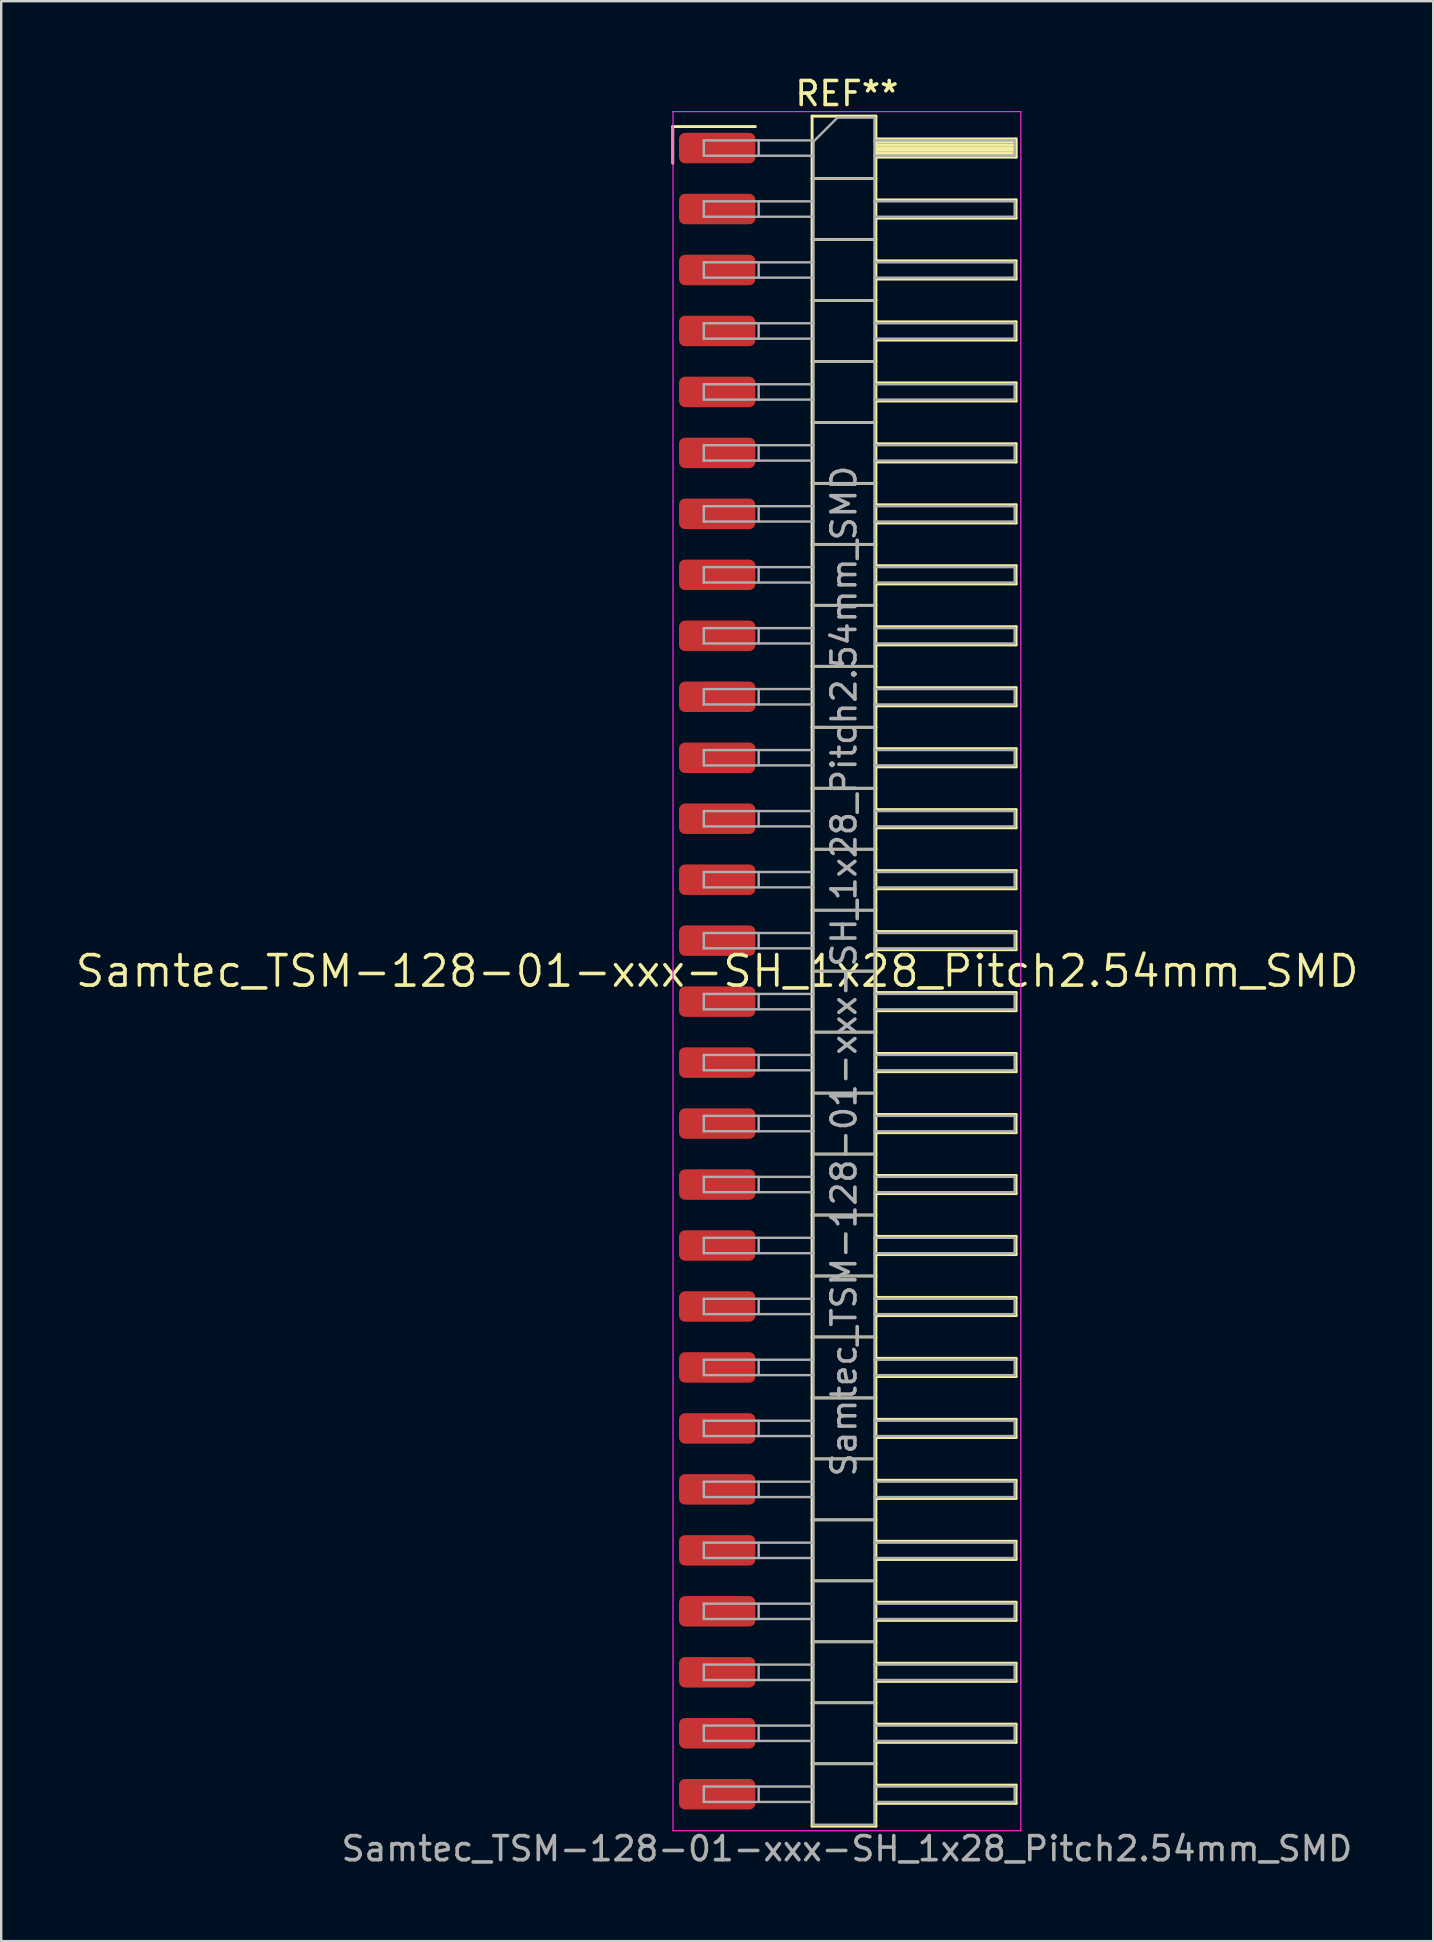
<source format=kicad_pcb>
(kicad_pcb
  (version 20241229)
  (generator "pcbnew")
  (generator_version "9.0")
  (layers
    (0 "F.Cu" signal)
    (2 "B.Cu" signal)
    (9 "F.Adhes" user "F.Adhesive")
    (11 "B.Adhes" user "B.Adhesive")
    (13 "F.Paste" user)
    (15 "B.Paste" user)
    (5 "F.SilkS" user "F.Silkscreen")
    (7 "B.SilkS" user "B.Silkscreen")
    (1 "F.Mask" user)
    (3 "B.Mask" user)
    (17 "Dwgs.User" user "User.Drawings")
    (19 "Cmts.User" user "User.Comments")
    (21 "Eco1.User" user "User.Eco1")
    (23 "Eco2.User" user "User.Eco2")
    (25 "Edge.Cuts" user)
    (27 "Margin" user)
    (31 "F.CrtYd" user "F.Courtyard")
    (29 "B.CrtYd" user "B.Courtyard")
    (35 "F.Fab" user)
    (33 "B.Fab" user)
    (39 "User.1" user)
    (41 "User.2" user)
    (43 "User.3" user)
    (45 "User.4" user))
  (footprint "Samtec_TSM-128-01-xxx-SH_1x28_Pitch2.54mm_SMD"
    (layer "F.Cu")
    (at 26.828 37.408)
    (property "Reference" "Samtec_TSM-128-01-xxx-SH_1x28_Pitch2.54mm_SMD" (at 0 0 0) (layer "F.SilkS") (effects (font (size 1.27 1.27) (thickness 0.15))))
    (attr smd)
    (fp_line (start -1.85 -35.185) (end 1.59 -35.185) (stroke (width 0.12) (type solid)) (layer "F.SilkS"))
    (fp_line (start -1.85 -33.655) (end -1.85 -35.185) (stroke (width 0.12) (type solid)) (layer "F.SilkS"))
    (fp_line (start 3.953 -35.62) (end 6.613 -35.62) (stroke (width 0.12) (type solid)) (layer "F.SilkS"))
    (fp_line (start 3.953 -33.02) (end 6.613 -33.02) (stroke (width 0.12) (type solid)) (layer "F.SilkS"))
    (fp_line (start 3.953 -30.48) (end 6.613 -30.48) (stroke (width 0.12) (type solid)) (layer "F.SilkS"))
    (fp_line (start 3.953 -27.94) (end 6.613 -27.94) (stroke (width 0.12) (type solid)) (layer "F.SilkS"))
    (fp_line (start 3.953 -25.4) (end 6.613 -25.4) (stroke (width 0.12) (type solid)) (layer "F.SilkS"))
    (fp_line (start 3.953 -22.86) (end 6.613 -22.86) (stroke (width 0.12) (type solid)) (layer "F.SilkS"))
    (fp_line (start 3.953 -20.32) (end 6.613 -20.32) (stroke (width 0.12) (type solid)) (layer "F.SilkS"))
    (fp_line (start 3.953 -17.78) (end 6.613 -17.78) (stroke (width 0.12) (type solid)) (layer "F.SilkS"))
    (fp_line (start 3.953 -15.24) (end 6.613 -15.24) (stroke (width 0.12) (type solid)) (layer "F.SilkS"))
    (fp_line (start 3.953 -12.7) (end 6.613 -12.7) (stroke (width 0.12) (type solid)) (layer "F.SilkS"))
    (fp_line (start 3.953 -10.16) (end 6.613 -10.16) (stroke (width 0.12) (type solid)) (layer "F.SilkS"))
    (fp_line (start 3.953 -7.62) (end 6.613 -7.62) (stroke (width 0.12) (type solid)) (layer "F.SilkS"))
    (fp_line (start 3.953 -5.08) (end 6.613 -5.08) (stroke (width 0.12) (type solid)) (layer "F.SilkS"))
    (fp_line (start 3.953 -2.54) (end 6.613 -2.54) (stroke (width 0.12) (type solid)) (layer "F.SilkS"))
    (fp_line (start 3.953 0) (end 6.613 0) (stroke (width 0.12) (type solid)) (layer "F.SilkS"))
    (fp_line (start 3.953 2.54) (end 6.613 2.54) (stroke (width 0.12) (type solid)) (layer "F.SilkS"))
    (fp_line (start 3.953 5.08) (end 6.613 5.08) (stroke (width 0.12) (type solid)) (layer "F.SilkS"))
    (fp_line (start 3.953 7.62) (end 6.613 7.62) (stroke (width 0.12) (type solid)) (layer "F.SilkS"))
    (fp_line (start 3.953 10.16) (end 6.613 10.16) (stroke (width 0.12) (type solid)) (layer "F.SilkS"))
    (fp_line (start 3.953 12.7) (end 6.613 12.7) (stroke (width 0.12) (type solid)) (layer "F.SilkS"))
    (fp_line (start 3.953 15.24) (end 6.613 15.24) (stroke (width 0.12) (type solid)) (layer "F.SilkS"))
    (fp_line (start 3.953 17.78) (end 6.613 17.78) (stroke (width 0.12) (type solid)) (layer "F.SilkS"))
    (fp_line (start 3.953 20.32) (end 6.613 20.32) (stroke (width 0.12) (type solid)) (layer "F.SilkS"))
    (fp_line (start 3.953 22.86) (end 6.613 22.86) (stroke (width 0.12) (type solid)) (layer "F.SilkS"))
    (fp_line (start 3.953 25.4) (end 6.613 25.4) (stroke (width 0.12) (type solid)) (layer "F.SilkS"))
    (fp_line (start 3.953 27.94) (end 6.613 27.94) (stroke (width 0.12) (type solid)) (layer "F.SilkS"))
    (fp_line (start 3.953 30.48) (end 6.613 30.48) (stroke (width 0.12) (type solid)) (layer "F.SilkS"))
    (fp_line (start 3.953 33.02) (end 6.613 33.02) (stroke (width 0.12) (type solid)) (layer "F.SilkS"))
    (fp_line (start 3.953 35.62) (end 3.953 -35.62) (stroke (width 0.12) (type solid)) (layer "F.SilkS"))
    (fp_line (start 6.613 -35.62) (end 6.613 35.62) (stroke (width 0.12) (type solid)) (layer "F.SilkS"))
    (fp_line (start 6.613 -34.67) (end 12.453 -34.67) (stroke (width 0.12) (type solid)) (layer "F.SilkS"))
    (fp_line (start 6.613 -34.55) (end 12.453 -34.55) (stroke (width 0.12) (type solid)) (layer "F.SilkS"))
    (fp_line (start 6.613 -34.43) (end 12.453 -34.43) (stroke (width 0.12) (type solid)) (layer "F.SilkS"))
    (fp_line (start 6.613 -34.31) (end 12.453 -34.31) (stroke (width 0.12) (type solid)) (layer "F.SilkS"))
    (fp_line (start 6.613 -34.19) (end 12.453 -34.19) (stroke (width 0.12) (type solid)) (layer "F.SilkS"))
    (fp_line (start 6.613 -34.07) (end 12.453 -34.07) (stroke (width 0.12) (type solid)) (layer "F.SilkS"))
    (fp_line (start 6.613 -33.95) (end 12.453 -33.95) (stroke (width 0.12) (type solid)) (layer "F.SilkS"))
    (fp_line (start 6.613 -33.91) (end 12.453 -33.91) (stroke (width 0.12) (type solid)) (layer "F.SilkS"))
    (fp_line (start 6.613 -32.13) (end 12.453 -32.13) (stroke (width 0.12) (type solid)) (layer "F.SilkS"))
    (fp_line (start 6.613 -31.37) (end 12.453 -31.37) (stroke (width 0.12) (type solid)) (layer "F.SilkS"))
    (fp_line (start 6.613 -29.59) (end 12.453 -29.59) (stroke (width 0.12) (type solid)) (layer "F.SilkS"))
    (fp_line (start 6.613 -28.83) (end 12.453 -28.83) (stroke (width 0.12) (type solid)) (layer "F.SilkS"))
    (fp_line (start 6.613 -27.05) (end 12.453 -27.05) (stroke (width 0.12) (type solid)) (layer "F.SilkS"))
    (fp_line (start 6.613 -26.29) (end 12.453 -26.29) (stroke (width 0.12) (type solid)) (layer "F.SilkS"))
    (fp_line (start 6.613 -24.51) (end 12.453 -24.51) (stroke (width 0.12) (type solid)) (layer "F.SilkS"))
    (fp_line (start 6.613 -23.75) (end 12.453 -23.75) (stroke (width 0.12) (type solid)) (layer "F.SilkS"))
    (fp_line (start 6.613 -21.97) (end 12.453 -21.97) (stroke (width 0.12) (type solid)) (layer "F.SilkS"))
    (fp_line (start 6.613 -21.21) (end 12.453 -21.21) (stroke (width 0.12) (type solid)) (layer "F.SilkS"))
    (fp_line (start 6.613 -19.43) (end 12.453 -19.43) (stroke (width 0.12) (type solid)) (layer "F.SilkS"))
    (fp_line (start 6.613 -18.67) (end 12.453 -18.67) (stroke (width 0.12) (type solid)) (layer "F.SilkS"))
    (fp_line (start 6.613 -16.89) (end 12.453 -16.89) (stroke (width 0.12) (type solid)) (layer "F.SilkS"))
    (fp_line (start 6.613 -16.13) (end 12.453 -16.13) (stroke (width 0.12) (type solid)) (layer "F.SilkS"))
    (fp_line (start 6.613 -14.35) (end 12.453 -14.35) (stroke (width 0.12) (type solid)) (layer "F.SilkS"))
    (fp_line (start 6.613 -13.59) (end 12.453 -13.59) (stroke (width 0.12) (type solid)) (layer "F.SilkS"))
    (fp_line (start 6.613 -11.81) (end 12.453 -11.81) (stroke (width 0.12) (type solid)) (layer "F.SilkS"))
    (fp_line (start 6.613 -11.05) (end 12.453 -11.05) (stroke (width 0.12) (type solid)) (layer "F.SilkS"))
    (fp_line (start 6.613 -9.27) (end 12.453 -9.27) (stroke (width 0.12) (type solid)) (layer "F.SilkS"))
    (fp_line (start 6.613 -8.51) (end 12.453 -8.51) (stroke (width 0.12) (type solid)) (layer "F.SilkS"))
    (fp_line (start 6.613 -6.73) (end 12.453 -6.73) (stroke (width 0.12) (type solid)) (layer "F.SilkS"))
    (fp_line (start 6.613 -5.97) (end 12.453 -5.97) (stroke (width 0.12) (type solid)) (layer "F.SilkS"))
    (fp_line (start 6.613 -4.19) (end 12.453 -4.19) (stroke (width 0.12) (type solid)) (layer "F.SilkS"))
    (fp_line (start 6.613 -3.43) (end 12.453 -3.43) (stroke (width 0.12) (type solid)) (layer "F.SilkS"))
    (fp_line (start 6.613 -1.65) (end 12.453 -1.65) (stroke (width 0.12) (type solid)) (layer "F.SilkS"))
    (fp_line (start 6.613 -0.89) (end 12.453 -0.89) (stroke (width 0.12) (type solid)) (layer "F.SilkS"))
    (fp_line (start 6.613 0.89) (end 12.453 0.89) (stroke (width 0.12) (type solid)) (layer "F.SilkS"))
    (fp_line (start 6.613 1.65) (end 12.453 1.65) (stroke (width 0.12) (type solid)) (layer "F.SilkS"))
    (fp_line (start 6.613 3.43) (end 12.453 3.43) (stroke (width 0.12) (type solid)) (layer "F.SilkS"))
    (fp_line (start 6.613 4.19) (end 12.453 4.19) (stroke (width 0.12) (type solid)) (layer "F.SilkS"))
    (fp_line (start 6.613 5.97) (end 12.453 5.97) (stroke (width 0.12) (type solid)) (layer "F.SilkS"))
    (fp_line (start 6.613 6.73) (end 12.453 6.73) (stroke (width 0.12) (type solid)) (layer "F.SilkS"))
    (fp_line (start 6.613 8.51) (end 12.453 8.51) (stroke (width 0.12) (type solid)) (layer "F.SilkS"))
    (fp_line (start 6.613 9.27) (end 12.453 9.27) (stroke (width 0.12) (type solid)) (layer "F.SilkS"))
    (fp_line (start 6.613 11.05) (end 12.453 11.05) (stroke (width 0.12) (type solid)) (layer "F.SilkS"))
    (fp_line (start 6.613 11.81) (end 12.453 11.81) (stroke (width 0.12) (type solid)) (layer "F.SilkS"))
    (fp_line (start 6.613 13.59) (end 12.453 13.59) (stroke (width 0.12) (type solid)) (layer "F.SilkS"))
    (fp_line (start 6.613 14.35) (end 12.453 14.35) (stroke (width 0.12) (type solid)) (layer "F.SilkS"))
    (fp_line (start 6.613 16.13) (end 12.453 16.13) (stroke (width 0.12) (type solid)) (layer "F.SilkS"))
    (fp_line (start 6.613 16.89) (end 12.453 16.89) (stroke (width 0.12) (type solid)) (layer "F.SilkS"))
    (fp_line (start 6.613 18.67) (end 12.453 18.67) (stroke (width 0.12) (type solid)) (layer "F.SilkS"))
    (fp_line (start 6.613 19.43) (end 12.453 19.43) (stroke (width 0.12) (type solid)) (layer "F.SilkS"))
    (fp_line (start 6.613 21.21) (end 12.453 21.21) (stroke (width 0.12) (type solid)) (layer "F.SilkS"))
    (fp_line (start 6.613 21.97) (end 12.453 21.97) (stroke (width 0.12) (type solid)) (layer "F.SilkS"))
    (fp_line (start 6.613 23.75) (end 12.453 23.75) (stroke (width 0.12) (type solid)) (layer "F.SilkS"))
    (fp_line (start 6.613 24.51) (end 12.453 24.51) (stroke (width 0.12) (type solid)) (layer "F.SilkS"))
    (fp_line (start 6.613 26.29) (end 12.453 26.29) (stroke (width 0.12) (type solid)) (layer "F.SilkS"))
    (fp_line (start 6.613 27.05) (end 12.453 27.05) (stroke (width 0.12) (type solid)) (layer "F.SilkS"))
    (fp_line (start 6.613 28.83) (end 12.453 28.83) (stroke (width 0.12) (type solid)) (layer "F.SilkS"))
    (fp_line (start 6.613 29.59) (end 12.453 29.59) (stroke (width 0.12) (type solid)) (layer "F.SilkS"))
    (fp_line (start 6.613 31.37) (end 12.453 31.37) (stroke (width 0.12) (type solid)) (layer "F.SilkS"))
    (fp_line (start 6.613 32.13) (end 12.453 32.13) (stroke (width 0.12) (type solid)) (layer "F.SilkS"))
    (fp_line (start 6.613 33.91) (end 12.453 33.91) (stroke (width 0.12) (type solid)) (layer "F.SilkS"))
    (fp_line (start 6.613 34.67) (end 12.453 34.67) (stroke (width 0.12) (type solid)) (layer "F.SilkS"))
    (fp_line (start 6.613 35.62) (end 3.953 35.62) (stroke (width 0.12) (type solid)) (layer "F.SilkS"))
    (fp_line (start 12.453 -34.67) (end 12.453 -33.91) (stroke (width 0.12) (type solid)) (layer "F.SilkS"))
    (fp_line (start 12.453 -32.13) (end 12.453 -31.37) (stroke (width 0.12) (type solid)) (layer "F.SilkS"))
    (fp_line (start 12.453 -29.59) (end 12.453 -28.83) (stroke (width 0.12) (type solid)) (layer "F.SilkS"))
    (fp_line (start 12.453 -27.05) (end 12.453 -26.29) (stroke (width 0.12) (type solid)) (layer "F.SilkS"))
    (fp_line (start 12.453 -24.51) (end 12.453 -23.75) (stroke (width 0.12) (type solid)) (layer "F.SilkS"))
    (fp_line (start 12.453 -21.97) (end 12.453 -21.21) (stroke (width 0.12) (type solid)) (layer "F.SilkS"))
    (fp_line (start 12.453 -19.43) (end 12.453 -18.67) (stroke (width 0.12) (type solid)) (layer "F.SilkS"))
    (fp_line (start 12.453 -16.89) (end 12.453 -16.13) (stroke (width 0.12) (type solid)) (layer "F.SilkS"))
    (fp_line (start 12.453 -14.35) (end 12.453 -13.59) (stroke (width 0.12) (type solid)) (layer "F.SilkS"))
    (fp_line (start 12.453 -11.81) (end 12.453 -11.05) (stroke (width 0.12) (type solid)) (layer "F.SilkS"))
    (fp_line (start 12.453 -9.27) (end 12.453 -8.51) (stroke (width 0.12) (type solid)) (layer "F.SilkS"))
    (fp_line (start 12.453 -6.73) (end 12.453 -5.97) (stroke (width 0.12) (type solid)) (layer "F.SilkS"))
    (fp_line (start 12.453 -4.19) (end 12.453 -3.43) (stroke (width 0.12) (type solid)) (layer "F.SilkS"))
    (fp_line (start 12.453 -1.65) (end 12.453 -0.89) (stroke (width 0.12) (type solid)) (layer "F.SilkS"))
    (fp_line (start 12.453 0.89) (end 12.453 1.65) (stroke (width 0.12) (type solid)) (layer "F.SilkS"))
    (fp_line (start 12.453 3.43) (end 12.453 4.19) (stroke (width 0.12) (type solid)) (layer "F.SilkS"))
    (fp_line (start 12.453 5.97) (end 12.453 6.73) (stroke (width 0.12) (type solid)) (layer "F.SilkS"))
    (fp_line (start 12.453 8.51) (end 12.453 9.27) (stroke (width 0.12) (type solid)) (layer "F.SilkS"))
    (fp_line (start 12.453 11.05) (end 12.453 11.81) (stroke (width 0.12) (type solid)) (layer "F.SilkS"))
    (fp_line (start 12.453 13.59) (end 12.453 14.35) (stroke (width 0.12) (type solid)) (layer "F.SilkS"))
    (fp_line (start 12.453 16.13) (end 12.453 16.89) (stroke (width 0.12) (type solid)) (layer "F.SilkS"))
    (fp_line (start 12.453 18.67) (end 12.453 19.43) (stroke (width 0.12) (type solid)) (layer "F.SilkS"))
    (fp_line (start 12.453 21.21) (end 12.453 21.97) (stroke (width 0.12) (type solid)) (layer "F.SilkS"))
    (fp_line (start 12.453 23.75) (end 12.453 24.51) (stroke (width 0.12) (type solid)) (layer "F.SilkS"))
    (fp_line (start 12.453 26.29) (end 12.453 27.05) (stroke (width 0.12) (type solid)) (layer "F.SilkS"))
    (fp_line (start 12.453 28.83) (end 12.453 29.59) (stroke (width 0.12) (type solid)) (layer "F.SilkS"))
    (fp_line (start 12.453 31.37) (end 12.453 32.13) (stroke (width 0.12) (type solid)) (layer "F.SilkS"))
    (fp_line (start 12.453 33.91) (end 12.453 34.67) (stroke (width 0.12) (type solid)) (layer "F.SilkS"))
    (fp_line (start -1.84 -35.81) (end 12.65 -35.81) (stroke (width 0.05) (type solid)) (layer "F.CrtYd"))
    (fp_line (start -1.84 35.81) (end -1.84 -35.81) (stroke (width 0.05) (type solid)) (layer "F.CrtYd"))
    (fp_line (start 12.65 -35.81) (end 12.65 35.81) (stroke (width 0.05) (type solid)) (layer "F.CrtYd"))
    (fp_line (start 12.65 35.81) (end -1.84 35.81) (stroke (width 0.05) (type solid)) (layer "F.CrtYd"))
    (fp_line (start -0.557 -34.61) (end -0.557 -33.97) (stroke (width 0.1) (type solid)) (layer "F.Fab"))
    (fp_line (start -0.557 -34.61) (end 4.013 -34.61) (stroke (width 0.1) (type solid)) (layer "F.Fab"))
    (fp_line (start -0.557 -33.97) (end 4.013 -33.97) (stroke (width 0.1) (type solid)) (layer "F.Fab"))
    (fp_line (start -0.557 -32.07) (end -0.557 -31.43) (stroke (width 0.1) (type solid)) (layer "F.Fab"))
    (fp_line (start -0.557 -32.07) (end 4.013 -32.07) (stroke (width 0.1) (type solid)) (layer "F.Fab"))
    (fp_line (start -0.557 -31.43) (end 4.013 -31.43) (stroke (width 0.1) (type solid)) (layer "F.Fab"))
    (fp_line (start -0.557 -29.53) (end -0.557 -28.89) (stroke (width 0.1) (type solid)) (layer "F.Fab"))
    (fp_line (start -0.557 -29.53) (end 4.013 -29.53) (stroke (width 0.1) (type solid)) (layer "F.Fab"))
    (fp_line (start -0.557 -28.89) (end 4.013 -28.89) (stroke (width 0.1) (type solid)) (layer "F.Fab"))
    (fp_line (start -0.557 -26.99) (end -0.557 -26.35) (stroke (width 0.1) (type solid)) (layer "F.Fab"))
    (fp_line (start -0.557 -26.99) (end 4.013 -26.99) (stroke (width 0.1) (type solid)) (layer "F.Fab"))
    (fp_line (start -0.557 -26.35) (end 4.013 -26.35) (stroke (width 0.1) (type solid)) (layer "F.Fab"))
    (fp_line (start -0.557 -24.45) (end -0.557 -23.81) (stroke (width 0.1) (type solid)) (layer "F.Fab"))
    (fp_line (start -0.557 -24.45) (end 4.013 -24.45) (stroke (width 0.1) (type solid)) (layer "F.Fab"))
    (fp_line (start -0.557 -23.81) (end 4.013 -23.81) (stroke (width 0.1) (type solid)) (layer "F.Fab"))
    (fp_line (start -0.557 -21.91) (end -0.557 -21.27) (stroke (width 0.1) (type solid)) (layer "F.Fab"))
    (fp_line (start -0.557 -21.91) (end 4.013 -21.91) (stroke (width 0.1) (type solid)) (layer "F.Fab"))
    (fp_line (start -0.557 -21.27) (end 4.013 -21.27) (stroke (width 0.1) (type solid)) (layer "F.Fab"))
    (fp_line (start -0.557 -19.37) (end -0.557 -18.73) (stroke (width 0.1) (type solid)) (layer "F.Fab"))
    (fp_line (start -0.557 -19.37) (end 4.013 -19.37) (stroke (width 0.1) (type solid)) (layer "F.Fab"))
    (fp_line (start -0.557 -18.73) (end 4.013 -18.73) (stroke (width 0.1) (type solid)) (layer "F.Fab"))
    (fp_line (start -0.557 -16.83) (end -0.557 -16.19) (stroke (width 0.1) (type solid)) (layer "F.Fab"))
    (fp_line (start -0.557 -16.83) (end 4.013 -16.83) (stroke (width 0.1) (type solid)) (layer "F.Fab"))
    (fp_line (start -0.557 -16.19) (end 4.013 -16.19) (stroke (width 0.1) (type solid)) (layer "F.Fab"))
    (fp_line (start -0.557 -14.29) (end -0.557 -13.65) (stroke (width 0.1) (type solid)) (layer "F.Fab"))
    (fp_line (start -0.557 -14.29) (end 4.013 -14.29) (stroke (width 0.1) (type solid)) (layer "F.Fab"))
    (fp_line (start -0.557 -13.65) (end 4.013 -13.65) (stroke (width 0.1) (type solid)) (layer "F.Fab"))
    (fp_line (start -0.557 -11.75) (end -0.557 -11.11) (stroke (width 0.1) (type solid)) (layer "F.Fab"))
    (fp_line (start -0.557 -11.75) (end 4.013 -11.75) (stroke (width 0.1) (type solid)) (layer "F.Fab"))
    (fp_line (start -0.557 -11.11) (end 4.013 -11.11) (stroke (width 0.1) (type solid)) (layer "F.Fab"))
    (fp_line (start -0.557 -9.21) (end -0.557 -8.57) (stroke (width 0.1) (type solid)) (layer "F.Fab"))
    (fp_line (start -0.557 -9.21) (end 4.013 -9.21) (stroke (width 0.1) (type solid)) (layer "F.Fab"))
    (fp_line (start -0.557 -8.57) (end 4.013 -8.57) (stroke (width 0.1) (type solid)) (layer "F.Fab"))
    (fp_line (start -0.557 -6.67) (end -0.557 -6.03) (stroke (width 0.1) (type solid)) (layer "F.Fab"))
    (fp_line (start -0.557 -6.67) (end 4.013 -6.67) (stroke (width 0.1) (type solid)) (layer "F.Fab"))
    (fp_line (start -0.557 -6.03) (end 4.013 -6.03) (stroke (width 0.1) (type solid)) (layer "F.Fab"))
    (fp_line (start -0.557 -4.13) (end -0.557 -3.49) (stroke (width 0.1) (type solid)) (layer "F.Fab"))
    (fp_line (start -0.557 -4.13) (end 4.013 -4.13) (stroke (width 0.1) (type solid)) (layer "F.Fab"))
    (fp_line (start -0.557 -3.49) (end 4.013 -3.49) (stroke (width 0.1) (type solid)) (layer "F.Fab"))
    (fp_line (start -0.557 -1.59) (end -0.557 -0.95) (stroke (width 0.1) (type solid)) (layer "F.Fab"))
    (fp_line (start -0.557 -1.59) (end 4.013 -1.59) (stroke (width 0.1) (type solid)) (layer "F.Fab"))
    (fp_line (start -0.557 -0.95) (end 4.013 -0.95) (stroke (width 0.1) (type solid)) (layer "F.Fab"))
    (fp_line (start -0.557 0.95) (end -0.557 1.59) (stroke (width 0.1) (type solid)) (layer "F.Fab"))
    (fp_line (start -0.557 0.95) (end 4.013 0.95) (stroke (width 0.1) (type solid)) (layer "F.Fab"))
    (fp_line (start -0.557 1.59) (end 4.013 1.59) (stroke (width 0.1) (type solid)) (layer "F.Fab"))
    (fp_line (start -0.557 3.49) (end -0.557 4.13) (stroke (width 0.1) (type solid)) (layer "F.Fab"))
    (fp_line (start -0.557 3.49) (end 4.013 3.49) (stroke (width 0.1) (type solid)) (layer "F.Fab"))
    (fp_line (start -0.557 4.13) (end 4.013 4.13) (stroke (width 0.1) (type solid)) (layer "F.Fab"))
    (fp_line (start -0.557 6.03) (end -0.557 6.67) (stroke (width 0.1) (type solid)) (layer "F.Fab"))
    (fp_line (start -0.557 6.03) (end 4.013 6.03) (stroke (width 0.1) (type solid)) (layer "F.Fab"))
    (fp_line (start -0.557 6.67) (end 4.013 6.67) (stroke (width 0.1) (type solid)) (layer "F.Fab"))
    (fp_line (start -0.557 8.57) (end -0.557 9.21) (stroke (width 0.1) (type solid)) (layer "F.Fab"))
    (fp_line (start -0.557 8.57) (end 4.013 8.57) (stroke (width 0.1) (type solid)) (layer "F.Fab"))
    (fp_line (start -0.557 9.21) (end 4.013 9.21) (stroke (width 0.1) (type solid)) (layer "F.Fab"))
    (fp_line (start -0.557 11.11) (end -0.557 11.75) (stroke (width 0.1) (type solid)) (layer "F.Fab"))
    (fp_line (start -0.557 11.11) (end 4.013 11.11) (stroke (width 0.1) (type solid)) (layer "F.Fab"))
    (fp_line (start -0.557 11.75) (end 4.013 11.75) (stroke (width 0.1) (type solid)) (layer "F.Fab"))
    (fp_line (start -0.557 13.65) (end -0.557 14.29) (stroke (width 0.1) (type solid)) (layer "F.Fab"))
    (fp_line (start -0.557 13.65) (end 4.013 13.65) (stroke (width 0.1) (type solid)) (layer "F.Fab"))
    (fp_line (start -0.557 14.29) (end 4.013 14.29) (stroke (width 0.1) (type solid)) (layer "F.Fab"))
    (fp_line (start -0.557 16.19) (end -0.557 16.83) (stroke (width 0.1) (type solid)) (layer "F.Fab"))
    (fp_line (start -0.557 16.19) (end 4.013 16.19) (stroke (width 0.1) (type solid)) (layer "F.Fab"))
    (fp_line (start -0.557 16.83) (end 4.013 16.83) (stroke (width 0.1) (type solid)) (layer "F.Fab"))
    (fp_line (start -0.557 18.73) (end -0.557 19.37) (stroke (width 0.1) (type solid)) (layer "F.Fab"))
    (fp_line (start -0.557 18.73) (end 4.013 18.73) (stroke (width 0.1) (type solid)) (layer "F.Fab"))
    (fp_line (start -0.557 19.37) (end 4.013 19.37) (stroke (width 0.1) (type solid)) (layer "F.Fab"))
    (fp_line (start -0.557 21.27) (end -0.557 21.91) (stroke (width 0.1) (type solid)) (layer "F.Fab"))
    (fp_line (start -0.557 21.27) (end 4.013 21.27) (stroke (width 0.1) (type solid)) (layer "F.Fab"))
    (fp_line (start -0.557 21.91) (end 4.013 21.91) (stroke (width 0.1) (type solid)) (layer "F.Fab"))
    (fp_line (start -0.557 23.81) (end -0.557 24.45) (stroke (width 0.1) (type solid)) (layer "F.Fab"))
    (fp_line (start -0.557 23.81) (end 4.013 23.81) (stroke (width 0.1) (type solid)) (layer "F.Fab"))
    (fp_line (start -0.557 24.45) (end 4.013 24.45) (stroke (width 0.1) (type solid)) (layer "F.Fab"))
    (fp_line (start -0.557 26.35) (end -0.557 26.99) (stroke (width 0.1) (type solid)) (layer "F.Fab"))
    (fp_line (start -0.557 26.35) (end 4.013 26.35) (stroke (width 0.1) (type solid)) (layer "F.Fab"))
    (fp_line (start -0.557 26.99) (end 4.013 26.99) (stroke (width 0.1) (type solid)) (layer "F.Fab"))
    (fp_line (start -0.557 28.89) (end -0.557 29.53) (stroke (width 0.1) (type solid)) (layer "F.Fab"))
    (fp_line (start -0.557 28.89) (end 4.013 28.89) (stroke (width 0.1) (type solid)) (layer "F.Fab"))
    (fp_line (start -0.557 29.53) (end 4.013 29.53) (stroke (width 0.1) (type solid)) (layer "F.Fab"))
    (fp_line (start -0.557 31.43) (end -0.557 32.07) (stroke (width 0.1) (type solid)) (layer "F.Fab"))
    (fp_line (start -0.557 31.43) (end 4.013 31.43) (stroke (width 0.1) (type solid)) (layer "F.Fab"))
    (fp_line (start -0.557 32.07) (end 4.013 32.07) (stroke (width 0.1) (type solid)) (layer "F.Fab"))
    (fp_line (start -0.557 33.97) (end -0.557 34.61) (stroke (width 0.1) (type solid)) (layer "F.Fab"))
    (fp_line (start -0.557 33.97) (end 4.013 33.97) (stroke (width 0.1) (type solid)) (layer "F.Fab"))
    (fp_line (start -0.557 34.61) (end 4.013 34.61) (stroke (width 0.1) (type solid)) (layer "F.Fab"))
    (fp_line (start 1.728 -34.61) (end 1.728 -33.97) (stroke (width 0.1) (type solid)) (layer "F.Fab"))
    (fp_line (start 1.728 -32.07) (end 1.728 -31.43) (stroke (width 0.1) (type solid)) (layer "F.Fab"))
    (fp_line (start 1.728 -29.53) (end 1.728 -28.89) (stroke (width 0.1) (type solid)) (layer "F.Fab"))
    (fp_line (start 1.728 -26.99) (end 1.728 -26.35) (stroke (width 0.1) (type solid)) (layer "F.Fab"))
    (fp_line (start 1.728 -24.45) (end 1.728 -23.81) (stroke (width 0.1) (type solid)) (layer "F.Fab"))
    (fp_line (start 1.728 -21.91) (end 1.728 -21.27) (stroke (width 0.1) (type solid)) (layer "F.Fab"))
    (fp_line (start 1.728 -19.37) (end 1.728 -18.73) (stroke (width 0.1) (type solid)) (layer "F.Fab"))
    (fp_line (start 1.728 -16.83) (end 1.728 -16.19) (stroke (width 0.1) (type solid)) (layer "F.Fab"))
    (fp_line (start 1.728 -14.29) (end 1.728 -13.65) (stroke (width 0.1) (type solid)) (layer "F.Fab"))
    (fp_line (start 1.728 -11.75) (end 1.728 -11.11) (stroke (width 0.1) (type solid)) (layer "F.Fab"))
    (fp_line (start 1.728 -9.21) (end 1.728 -8.57) (stroke (width 0.1) (type solid)) (layer "F.Fab"))
    (fp_line (start 1.728 -6.67) (end 1.728 -6.03) (stroke (width 0.1) (type solid)) (layer "F.Fab"))
    (fp_line (start 1.728 -4.13) (end 1.728 -3.49) (stroke (width 0.1) (type solid)) (layer "F.Fab"))
    (fp_line (start 1.728 -1.59) (end 1.728 -0.95) (stroke (width 0.1) (type solid)) (layer "F.Fab"))
    (fp_line (start 1.728 0.95) (end 1.728 1.59) (stroke (width 0.1) (type solid)) (layer "F.Fab"))
    (fp_line (start 1.728 3.49) (end 1.728 4.13) (stroke (width 0.1) (type solid)) (layer "F.Fab"))
    (fp_line (start 1.728 6.03) (end 1.728 6.67) (stroke (width 0.1) (type solid)) (layer "F.Fab"))
    (fp_line (start 1.728 8.57) (end 1.728 9.21) (stroke (width 0.1) (type solid)) (layer "F.Fab"))
    (fp_line (start 1.728 11.11) (end 1.728 11.75) (stroke (width 0.1) (type solid)) (layer "F.Fab"))
    (fp_line (start 1.728 13.65) (end 1.728 14.29) (stroke (width 0.1) (type solid)) (layer "F.Fab"))
    (fp_line (start 1.728 16.19) (end 1.728 16.83) (stroke (width 0.1) (type solid)) (layer "F.Fab"))
    (fp_line (start 1.728 18.73) (end 1.728 19.37) (stroke (width 0.1) (type solid)) (layer "F.Fab"))
    (fp_line (start 1.728 21.27) (end 1.728 21.91) (stroke (width 0.1) (type solid)) (layer "F.Fab"))
    (fp_line (start 1.728 23.81) (end 1.728 24.45) (stroke (width 0.1) (type solid)) (layer "F.Fab"))
    (fp_line (start 1.728 26.35) (end 1.728 26.99) (stroke (width 0.1) (type solid)) (layer "F.Fab"))
    (fp_line (start 1.728 28.89) (end 1.728 29.53) (stroke (width 0.1) (type solid)) (layer "F.Fab"))
    (fp_line (start 1.728 31.43) (end 1.728 32.07) (stroke (width 0.1) (type solid)) (layer "F.Fab"))
    (fp_line (start 1.728 33.97) (end 1.728 34.61) (stroke (width 0.1) (type solid)) (layer "F.Fab"))
    (fp_line (start 4.013 -34.56) (end 5.013 -35.56) (stroke (width 0.1) (type solid)) (layer "F.Fab"))
    (fp_line (start 4.013 -33.02) (end 6.553 -33.02) (stroke (width 0.1) (type solid)) (layer "F.Fab"))
    (fp_line (start 4.013 -30.48) (end 6.553 -30.48) (stroke (width 0.1) (type solid)) (layer "F.Fab"))
    (fp_line (start 4.013 -27.94) (end 6.553 -27.94) (stroke (width 0.1) (type solid)) (layer "F.Fab"))
    (fp_line (start 4.013 -25.4) (end 6.553 -25.4) (stroke (width 0.1) (type solid)) (layer "F.Fab"))
    (fp_line (start 4.013 -22.86) (end 6.553 -22.86) (stroke (width 0.1) (type solid)) (layer "F.Fab"))
    (fp_line (start 4.013 -20.32) (end 6.553 -20.32) (stroke (width 0.1) (type solid)) (layer "F.Fab"))
    (fp_line (start 4.013 -17.78) (end 6.553 -17.78) (stroke (width 0.1) (type solid)) (layer "F.Fab"))
    (fp_line (start 4.013 -15.24) (end 6.553 -15.24) (stroke (width 0.1) (type solid)) (layer "F.Fab"))
    (fp_line (start 4.013 -12.7) (end 6.553 -12.7) (stroke (width 0.1) (type solid)) (layer "F.Fab"))
    (fp_line (start 4.013 -10.16) (end 6.553 -10.16) (stroke (width 0.1) (type solid)) (layer "F.Fab"))
    (fp_line (start 4.013 -7.62) (end 6.553 -7.62) (stroke (width 0.1) (type solid)) (layer "F.Fab"))
    (fp_line (start 4.013 -5.08) (end 6.553 -5.08) (stroke (width 0.1) (type solid)) (layer "F.Fab"))
    (fp_line (start 4.013 -2.54) (end 6.553 -2.54) (stroke (width 0.1) (type solid)) (layer "F.Fab"))
    (fp_line (start 4.013 0) (end 6.553 0) (stroke (width 0.1) (type solid)) (layer "F.Fab"))
    (fp_line (start 4.013 2.54) (end 6.553 2.54) (stroke (width 0.1) (type solid)) (layer "F.Fab"))
    (fp_line (start 4.013 5.08) (end 6.553 5.08) (stroke (width 0.1) (type solid)) (layer "F.Fab"))
    (fp_line (start 4.013 7.62) (end 6.553 7.62) (stroke (width 0.1) (type solid)) (layer "F.Fab"))
    (fp_line (start 4.013 10.16) (end 6.553 10.16) (stroke (width 0.1) (type solid)) (layer "F.Fab"))
    (fp_line (start 4.013 12.7) (end 6.553 12.7) (stroke (width 0.1) (type solid)) (layer "F.Fab"))
    (fp_line (start 4.013 15.24) (end 6.553 15.24) (stroke (width 0.1) (type solid)) (layer "F.Fab"))
    (fp_line (start 4.013 17.78) (end 6.553 17.78) (stroke (width 0.1) (type solid)) (layer "F.Fab"))
    (fp_line (start 4.013 20.32) (end 6.553 20.32) (stroke (width 0.1) (type solid)) (layer "F.Fab"))
    (fp_line (start 4.013 22.86) (end 6.553 22.86) (stroke (width 0.1) (type solid)) (layer "F.Fab"))
    (fp_line (start 4.013 25.4) (end 6.553 25.4) (stroke (width 0.1) (type solid)) (layer "F.Fab"))
    (fp_line (start 4.013 27.94) (end 6.553 27.94) (stroke (width 0.1) (type solid)) (layer "F.Fab"))
    (fp_line (start 4.013 30.48) (end 6.553 30.48) (stroke (width 0.1) (type solid)) (layer "F.Fab"))
    (fp_line (start 4.013 33.02) (end 6.553 33.02) (stroke (width 0.1) (type solid)) (layer "F.Fab"))
    (fp_line (start 4.013 35.56) (end 4.013 -34.56) (stroke (width 0.1) (type solid)) (layer "F.Fab"))
    (fp_line (start 5.013 -35.56) (end 6.553 -35.56) (stroke (width 0.1) (type solid)) (layer "F.Fab"))
    (fp_line (start 6.553 -35.56) (end 6.553 35.56) (stroke (width 0.1) (type solid)) (layer "F.Fab"))
    (fp_line (start 6.553 -34.61) (end 12.393 -34.61) (stroke (width 0.1) (type solid)) (layer "F.Fab"))
    (fp_line (start 6.553 -33.97) (end 12.393 -33.97) (stroke (width 0.1) (type solid)) (layer "F.Fab"))
    (fp_line (start 6.553 -32.07) (end 12.393 -32.07) (stroke (width 0.1) (type solid)) (layer "F.Fab"))
    (fp_line (start 6.553 -31.43) (end 12.393 -31.43) (stroke (width 0.1) (type solid)) (layer "F.Fab"))
    (fp_line (start 6.553 -29.53) (end 12.393 -29.53) (stroke (width 0.1) (type solid)) (layer "F.Fab"))
    (fp_line (start 6.553 -28.89) (end 12.393 -28.89) (stroke (width 0.1) (type solid)) (layer "F.Fab"))
    (fp_line (start 6.553 -26.99) (end 12.393 -26.99) (stroke (width 0.1) (type solid)) (layer "F.Fab"))
    (fp_line (start 6.553 -26.35) (end 12.393 -26.35) (stroke (width 0.1) (type solid)) (layer "F.Fab"))
    (fp_line (start 6.553 -24.45) (end 12.393 -24.45) (stroke (width 0.1) (type solid)) (layer "F.Fab"))
    (fp_line (start 6.553 -23.81) (end 12.393 -23.81) (stroke (width 0.1) (type solid)) (layer "F.Fab"))
    (fp_line (start 6.553 -21.91) (end 12.393 -21.91) (stroke (width 0.1) (type solid)) (layer "F.Fab"))
    (fp_line (start 6.553 -21.27) (end 12.393 -21.27) (stroke (width 0.1) (type solid)) (layer "F.Fab"))
    (fp_line (start 6.553 -19.37) (end 12.393 -19.37) (stroke (width 0.1) (type solid)) (layer "F.Fab"))
    (fp_line (start 6.553 -18.73) (end 12.393 -18.73) (stroke (width 0.1) (type solid)) (layer "F.Fab"))
    (fp_line (start 6.553 -16.83) (end 12.393 -16.83) (stroke (width 0.1) (type solid)) (layer "F.Fab"))
    (fp_line (start 6.553 -16.19) (end 12.393 -16.19) (stroke (width 0.1) (type solid)) (layer "F.Fab"))
    (fp_line (start 6.553 -14.29) (end 12.393 -14.29) (stroke (width 0.1) (type solid)) (layer "F.Fab"))
    (fp_line (start 6.553 -13.65) (end 12.393 -13.65) (stroke (width 0.1) (type solid)) (layer "F.Fab"))
    (fp_line (start 6.553 -11.75) (end 12.393 -11.75) (stroke (width 0.1) (type solid)) (layer "F.Fab"))
    (fp_line (start 6.553 -11.11) (end 12.393 -11.11) (stroke (width 0.1) (type solid)) (layer "F.Fab"))
    (fp_line (start 6.553 -9.21) (end 12.393 -9.21) (stroke (width 0.1) (type solid)) (layer "F.Fab"))
    (fp_line (start 6.553 -8.57) (end 12.393 -8.57) (stroke (width 0.1) (type solid)) (layer "F.Fab"))
    (fp_line (start 6.553 -6.67) (end 12.393 -6.67) (stroke (width 0.1) (type solid)) (layer "F.Fab"))
    (fp_line (start 6.553 -6.03) (end 12.393 -6.03) (stroke (width 0.1) (type solid)) (layer "F.Fab"))
    (fp_line (start 6.553 -4.13) (end 12.393 -4.13) (stroke (width 0.1) (type solid)) (layer "F.Fab"))
    (fp_line (start 6.553 -3.49) (end 12.393 -3.49) (stroke (width 0.1) (type solid)) (layer "F.Fab"))
    (fp_line (start 6.553 -1.59) (end 12.393 -1.59) (stroke (width 0.1) (type solid)) (layer "F.Fab"))
    (fp_line (start 6.553 -0.95) (end 12.393 -0.95) (stroke (width 0.1) (type solid)) (layer "F.Fab"))
    (fp_line (start 6.553 0.95) (end 12.393 0.95) (stroke (width 0.1) (type solid)) (layer "F.Fab"))
    (fp_line (start 6.553 1.59) (end 12.393 1.59) (stroke (width 0.1) (type solid)) (layer "F.Fab"))
    (fp_line (start 6.553 3.49) (end 12.393 3.49) (stroke (width 0.1) (type solid)) (layer "F.Fab"))
    (fp_line (start 6.553 4.13) (end 12.393 4.13) (stroke (width 0.1) (type solid)) (layer "F.Fab"))
    (fp_line (start 6.553 6.03) (end 12.393 6.03) (stroke (width 0.1) (type solid)) (layer "F.Fab"))
    (fp_line (start 6.553 6.67) (end 12.393 6.67) (stroke (width 0.1) (type solid)) (layer "F.Fab"))
    (fp_line (start 6.553 8.57) (end 12.393 8.57) (stroke (width 0.1) (type solid)) (layer "F.Fab"))
    (fp_line (start 6.553 9.21) (end 12.393 9.21) (stroke (width 0.1) (type solid)) (layer "F.Fab"))
    (fp_line (start 6.553 11.11) (end 12.393 11.11) (stroke (width 0.1) (type solid)) (layer "F.Fab"))
    (fp_line (start 6.553 11.75) (end 12.393 11.75) (stroke (width 0.1) (type solid)) (layer "F.Fab"))
    (fp_line (start 6.553 13.65) (end 12.393 13.65) (stroke (width 0.1) (type solid)) (layer "F.Fab"))
    (fp_line (start 6.553 14.29) (end 12.393 14.29) (stroke (width 0.1) (type solid)) (layer "F.Fab"))
    (fp_line (start 6.553 16.19) (end 12.393 16.19) (stroke (width 0.1) (type solid)) (layer "F.Fab"))
    (fp_line (start 6.553 16.83) (end 12.393 16.83) (stroke (width 0.1) (type solid)) (layer "F.Fab"))
    (fp_line (start 6.553 18.73) (end 12.393 18.73) (stroke (width 0.1) (type solid)) (layer "F.Fab"))
    (fp_line (start 6.553 19.37) (end 12.393 19.37) (stroke (width 0.1) (type solid)) (layer "F.Fab"))
    (fp_line (start 6.553 21.27) (end 12.393 21.27) (stroke (width 0.1) (type solid)) (layer "F.Fab"))
    (fp_line (start 6.553 21.91) (end 12.393 21.91) (stroke (width 0.1) (type solid)) (layer "F.Fab"))
    (fp_line (start 6.553 23.81) (end 12.393 23.81) (stroke (width 0.1) (type solid)) (layer "F.Fab"))
    (fp_line (start 6.553 24.45) (end 12.393 24.45) (stroke (width 0.1) (type solid)) (layer "F.Fab"))
    (fp_line (start 6.553 26.35) (end 12.393 26.35) (stroke (width 0.1) (type solid)) (layer "F.Fab"))
    (fp_line (start 6.553 26.99) (end 12.393 26.99) (stroke (width 0.1) (type solid)) (layer "F.Fab"))
    (fp_line (start 6.553 28.89) (end 12.393 28.89) (stroke (width 0.1) (type solid)) (layer "F.Fab"))
    (fp_line (start 6.553 29.53) (end 12.393 29.53) (stroke (width 0.1) (type solid)) (layer "F.Fab"))
    (fp_line (start 6.553 31.43) (end 12.393 31.43) (stroke (width 0.1) (type solid)) (layer "F.Fab"))
    (fp_line (start 6.553 32.07) (end 12.393 32.07) (stroke (width 0.1) (type solid)) (layer "F.Fab"))
    (fp_line (start 6.553 33.97) (end 12.393 33.97) (stroke (width 0.1) (type solid)) (layer "F.Fab"))
    (fp_line (start 6.553 34.61) (end 12.393 34.61) (stroke (width 0.1) (type solid)) (layer "F.Fab"))
    (fp_line (start 6.553 35.56) (end 4.013 35.56) (stroke (width 0.1) (type solid)) (layer "F.Fab"))
    (fp_line (start 12.393 -34.61) (end 12.393 -33.97) (stroke (width 0.1) (type solid)) (layer "F.Fab"))
    (fp_line (start 12.393 -32.07) (end 12.393 -31.43) (stroke (width 0.1) (type solid)) (layer "F.Fab"))
    (fp_line (start 12.393 -29.53) (end 12.393 -28.89) (stroke (width 0.1) (type solid)) (layer "F.Fab"))
    (fp_line (start 12.393 -26.99) (end 12.393 -26.35) (stroke (width 0.1) (type solid)) (layer "F.Fab"))
    (fp_line (start 12.393 -24.45) (end 12.393 -23.81) (stroke (width 0.1) (type solid)) (layer "F.Fab"))
    (fp_line (start 12.393 -21.91) (end 12.393 -21.27) (stroke (width 0.1) (type solid)) (layer "F.Fab"))
    (fp_line (start 12.393 -19.37) (end 12.393 -18.73) (stroke (width 0.1) (type solid)) (layer "F.Fab"))
    (fp_line (start 12.393 -16.83) (end 12.393 -16.19) (stroke (width 0.1) (type solid)) (layer "F.Fab"))
    (fp_line (start 12.393 -14.29) (end 12.393 -13.65) (stroke (width 0.1) (type solid)) (layer "F.Fab"))
    (fp_line (start 12.393 -11.75) (end 12.393 -11.11) (stroke (width 0.1) (type solid)) (layer "F.Fab"))
    (fp_line (start 12.393 -9.21) (end 12.393 -8.57) (stroke (width 0.1) (type solid)) (layer "F.Fab"))
    (fp_line (start 12.393 -6.67) (end 12.393 -6.03) (stroke (width 0.1) (type solid)) (layer "F.Fab"))
    (fp_line (start 12.393 -4.13) (end 12.393 -3.49) (stroke (width 0.1) (type solid)) (layer "F.Fab"))
    (fp_line (start 12.393 -1.59) (end 12.393 -0.95) (stroke (width 0.1) (type solid)) (layer "F.Fab"))
    (fp_line (start 12.393 0.95) (end 12.393 1.59) (stroke (width 0.1) (type solid)) (layer "F.Fab"))
    (fp_line (start 12.393 3.49) (end 12.393 4.13) (stroke (width 0.1) (type solid)) (layer "F.Fab"))
    (fp_line (start 12.393 6.03) (end 12.393 6.67) (stroke (width 0.1) (type solid)) (layer "F.Fab"))
    (fp_line (start 12.393 8.57) (end 12.393 9.21) (stroke (width 0.1) (type solid)) (layer "F.Fab"))
    (fp_line (start 12.393 11.11) (end 12.393 11.75) (stroke (width 0.1) (type solid)) (layer "F.Fab"))
    (fp_line (start 12.393 13.65) (end 12.393 14.29) (stroke (width 0.1) (type solid)) (layer "F.Fab"))
    (fp_line (start 12.393 16.19) (end 12.393 16.83) (stroke (width 0.1) (type solid)) (layer "F.Fab"))
    (fp_line (start 12.393 18.73) (end 12.393 19.37) (stroke (width 0.1) (type solid)) (layer "F.Fab"))
    (fp_line (start 12.393 21.27) (end 12.393 21.91) (stroke (width 0.1) (type solid)) (layer "F.Fab"))
    (fp_line (start 12.393 23.81) (end 12.393 24.45) (stroke (width 0.1) (type solid)) (layer "F.Fab"))
    (fp_line (start 12.393 26.35) (end 12.393 26.99) (stroke (width 0.1) (type solid)) (layer "F.Fab"))
    (fp_line (start 12.393 28.89) (end 12.393 29.53) (stroke (width 0.1) (type solid)) (layer "F.Fab"))
    (fp_line (start 12.393 31.43) (end 12.393 32.07) (stroke (width 0.1) (type solid)) (layer "F.Fab"))
    (fp_line (start 12.393 33.97) (end 12.393 34.61) (stroke (width 0.1) (type solid)) (layer "F.Fab"))
    (fp_text user "REF**" (at 5.405 -36.56 0) (layer "F.SilkS") (effects (font (size 1 1) (thickness 0.15))))
    (fp_text user "Samtec_TSM-128-01-xxx-SH_1x28_Pitch2.54mm_SMD" (at 5.405 36.56 0) (layer "F.Fab") (effects (font (size 1 1) (thickness 0.15))))
    (fp_text user "${REFERENCE}" (at 5.283 0 90) (layer "F.Fab") (effects (font (size 1 1) (thickness 0.15))))
    (pad "1" smd roundrect (at 0 -34.29) (size 3.18 1.27) (layers "F.Cu" "F.Mask" "F.Paste") (roundrect_rratio 0.197))
    (pad "2" smd roundrect (at 0 -31.75) (size 3.18 1.27) (layers "F.Cu" "F.Mask" "F.Paste") (roundrect_rratio 0.197))
    (pad "3" smd roundrect (at 0 -29.21) (size 3.18 1.27) (layers "F.Cu" "F.Mask" "F.Paste") (roundrect_rratio 0.197))
    (pad "4" smd roundrect (at 0 -26.67) (size 3.18 1.27) (layers "F.Cu" "F.Mask" "F.Paste") (roundrect_rratio 0.197))
    (pad "5" smd roundrect (at 0 -24.13) (size 3.18 1.27) (layers "F.Cu" "F.Mask" "F.Paste") (roundrect_rratio 0.197))
    (pad "6" smd roundrect (at 0 -21.59) (size 3.18 1.27) (layers "F.Cu" "F.Mask" "F.Paste") (roundrect_rratio 0.197))
    (pad "7" smd roundrect (at 0 -19.05) (size 3.18 1.27) (layers "F.Cu" "F.Mask" "F.Paste") (roundrect_rratio 0.197))
    (pad "8" smd roundrect (at 0 -16.51) (size 3.18 1.27) (layers "F.Cu" "F.Mask" "F.Paste") (roundrect_rratio 0.197))
    (pad "9" smd roundrect (at 0 -13.97) (size 3.18 1.27) (layers "F.Cu" "F.Mask" "F.Paste") (roundrect_rratio 0.197))
    (pad "10" smd roundrect (at 0 -11.43) (size 3.18 1.27) (layers "F.Cu" "F.Mask" "F.Paste") (roundrect_rratio 0.197))
    (pad "11" smd roundrect (at 0 -8.89) (size 3.18 1.27) (layers "F.Cu" "F.Mask" "F.Paste") (roundrect_rratio 0.197))
    (pad "12" smd roundrect (at 0 -6.35) (size 3.18 1.27) (layers "F.Cu" "F.Mask" "F.Paste") (roundrect_rratio 0.197))
    (pad "13" smd roundrect (at 0 -3.81) (size 3.18 1.27) (layers "F.Cu" "F.Mask" "F.Paste") (roundrect_rratio 0.197))
    (pad "14" smd roundrect (at 0 -1.27) (size 3.18 1.27) (layers "F.Cu" "F.Mask" "F.Paste") (roundrect_rratio 0.197))
    (pad "15" smd roundrect (at 0 1.27) (size 3.18 1.27) (layers "F.Cu" "F.Mask" "F.Paste") (roundrect_rratio 0.197))
    (pad "16" smd roundrect (at 0 3.81) (size 3.18 1.27) (layers "F.Cu" "F.Mask" "F.Paste") (roundrect_rratio 0.197))
    (pad "17" smd roundrect (at 0 6.35) (size 3.18 1.27) (layers "F.Cu" "F.Mask" "F.Paste") (roundrect_rratio 0.197))
    (pad "18" smd roundrect (at 0 8.89) (size 3.18 1.27) (layers "F.Cu" "F.Mask" "F.Paste") (roundrect_rratio 0.197))
    (pad "19" smd roundrect (at 0 11.43) (size 3.18 1.27) (layers "F.Cu" "F.Mask" "F.Paste") (roundrect_rratio 0.197))
    (pad "20" smd roundrect (at 0 13.97) (size 3.18 1.27) (layers "F.Cu" "F.Mask" "F.Paste") (roundrect_rratio 0.197))
    (pad "21" smd roundrect (at 0 16.51) (size 3.18 1.27) (layers "F.Cu" "F.Mask" "F.Paste") (roundrect_rratio 0.197))
    (pad "22" smd roundrect (at 0 19.05) (size 3.18 1.27) (layers "F.Cu" "F.Mask" "F.Paste") (roundrect_rratio 0.197))
    (pad "23" smd roundrect (at 0 21.59) (size 3.18 1.27) (layers "F.Cu" "F.Mask" "F.Paste") (roundrect_rratio 0.197))
    (pad "24" smd roundrect (at 0 24.13) (size 3.18 1.27) (layers "F.Cu" "F.Mask" "F.Paste") (roundrect_rratio 0.197))
    (pad "25" smd roundrect (at 0 26.67) (size 3.18 1.27) (layers "F.Cu" "F.Mask" "F.Paste") (roundrect_rratio 0.197))
    (pad "26" smd roundrect (at 0 29.21) (size 3.18 1.27) (layers "F.Cu" "F.Mask" "F.Paste") (roundrect_rratio 0.197))
    (pad "27" smd roundrect (at 0 31.75) (size 3.18 1.27) (layers "F.Cu" "F.Mask" "F.Paste") (roundrect_rratio 0.197))
    (pad "28" smd roundrect (at 0 34.29) (size 3.18 1.27) (layers "F.Cu" "F.Mask" "F.Paste") (roundrect_rratio 0.197)))
  (gr_rect
    (start -3 -3)
    (end 56.657 77.817)
    (stroke (width 0.1) (type default))
    (fill no)
    (layer "Edge.Cuts")))
</source>
